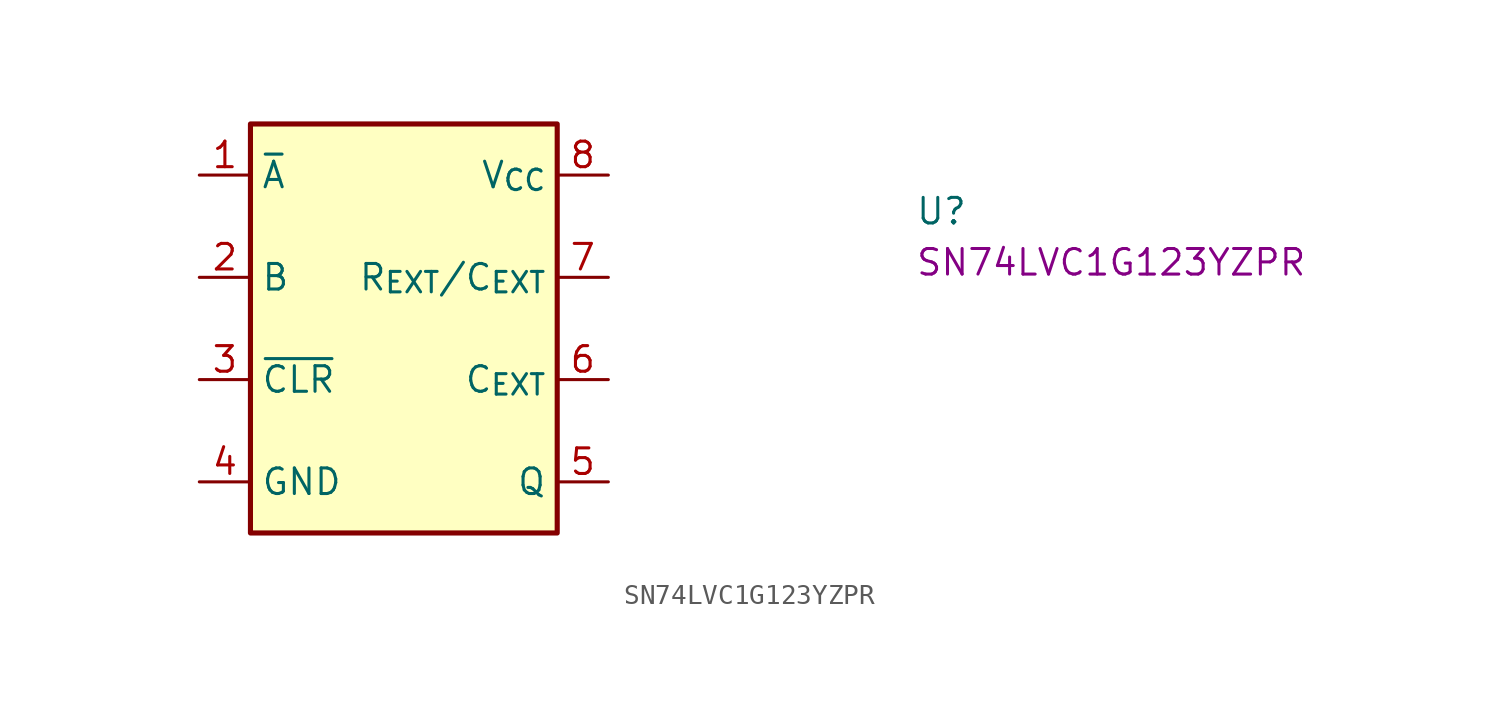
<source format=kicad_sym>
(kicad_symbol_lib
  (version 20220914)
  (generator kicad_symbol_editor)
  (symbol "SN74LVC1G123YZPR"
    (property "Reference" "U"
      (at 35.56 -2.54 0)
      (effects (font (size 1.27 1.27) (thickness 0.15)) (justify left bottom)))
    (property "MPN" "SN74LVC1G123YZPR"
      (at 35.56 -5.08 0)
      (effects (font (size 1.27 1.27) (thickness 0.15)) (justify left bottom)))
    (symbol "SN74LVC1G123YZPR_1_1"
      (rectangle (start 2.54 2.54) (end 17.78 -17.78) (stroke (width 0.254) (type default)) (fill (type background)))
      (pin input line (at 0 0 0) (length 2.54) (name "~{A}" (effects (font (size 1.27 1.27)))) (number "1" (effects (font (size 1.27 1.27)))))
      (pin input line (at 0 -5.08 0) (length 2.54) (name "B" (effects (font (size 1.27 1.27)))) (number "2" (effects (font (size 1.27 1.27)))))
      (pin input line (at 0 -10.16 0) (length 2.54) (name "~{CLR}" (effects (font (size 1.27 1.27)))) (number "3" (effects (font (size 1.27 1.27)))))
      (pin power_in line (at 0 -15.24 0) (length 2.54) (name "GND" (effects (font (size 1.27 1.27)))) (number "4" (effects (font (size 1.27 1.27)))))
      (pin output line (at 20.32 -15.24 180) (length 2.54) (name "Q" (effects (font (size 1.27 1.27)))) (number "5" (effects (font (size 1.27 1.27)))))
      (pin passive line (at 20.32 -10.16 180) (length 2.54) (name "C_{EXT}" (effects (font (size 1.27 1.27)))) (number "6" (effects (font (size 1.27 1.27)))))
      (pin bidirectional line (at 20.32 -5.08 180) (length 2.54) (name "R_{EXT}/C_{EXT}" (effects (font (size 1.27 1.27)))) (number "7" (effects (font (size 1.27 1.27)))))
      (pin power_in line (at 20.32 0 180) (length 2.54) (name "V_{CC}" (effects (font (size 1.27 1.27)))) (number "8" (effects (font (size 1.27 1.27))))))))
</source>
